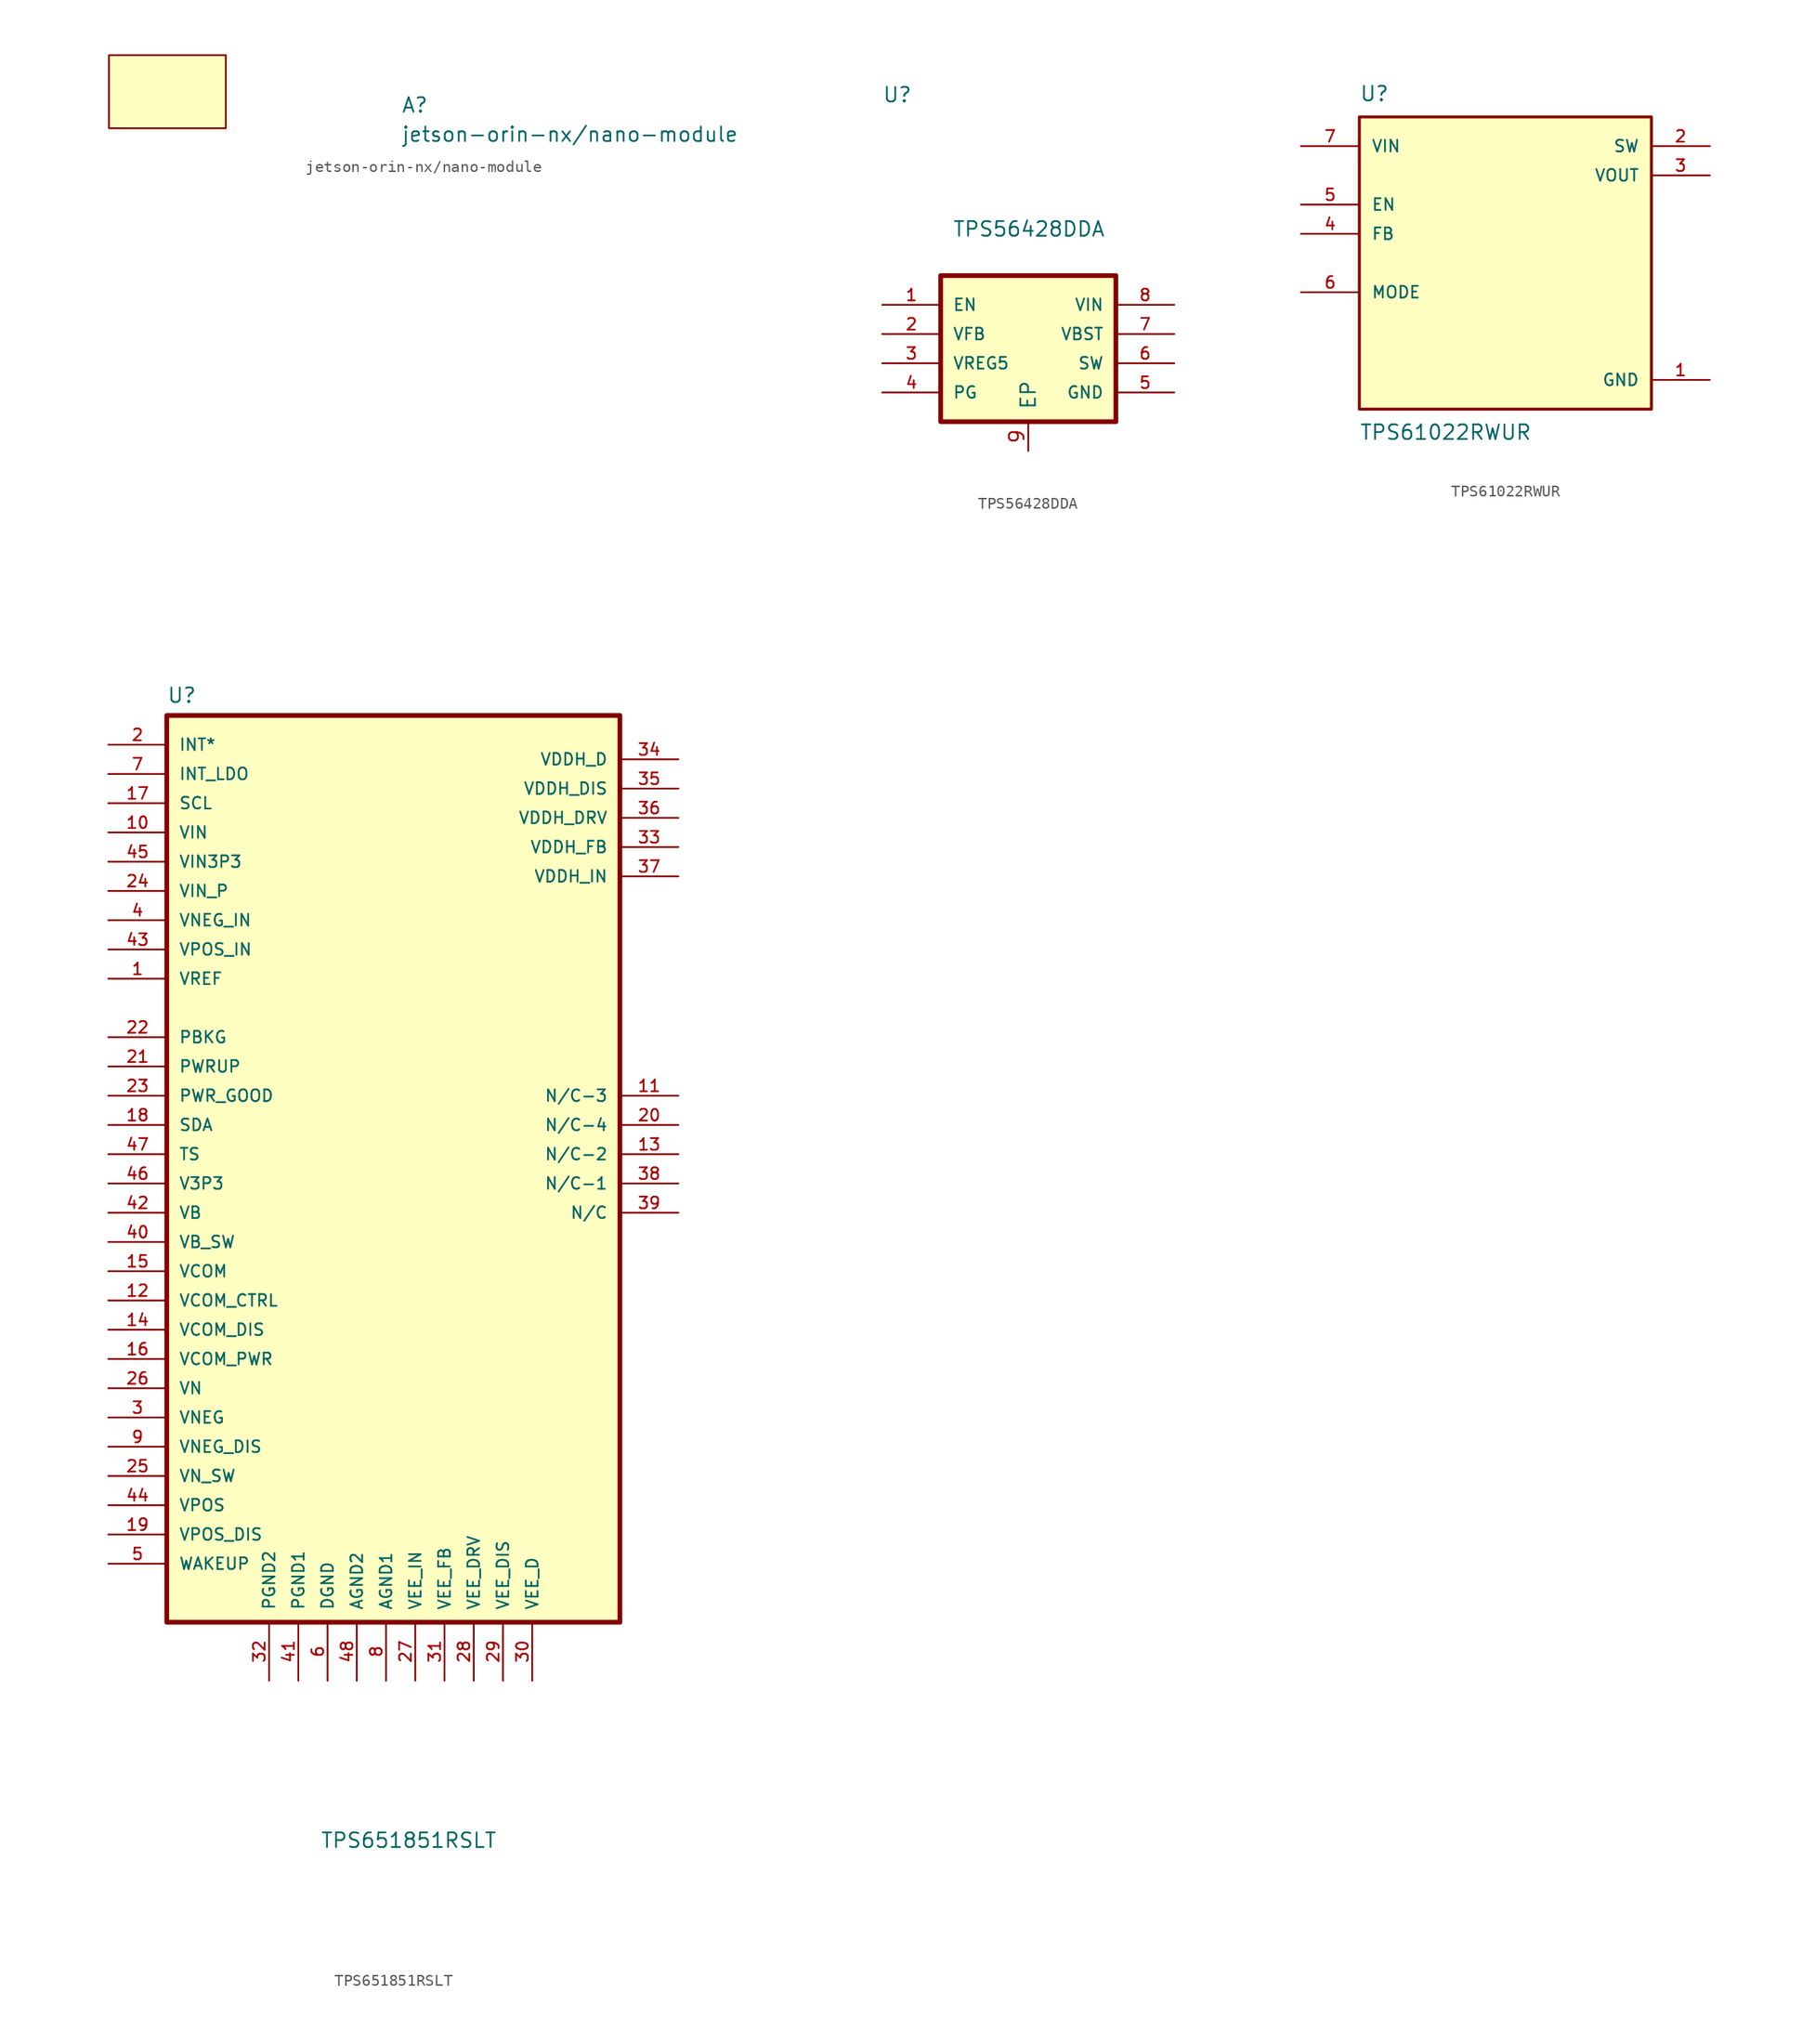
<source format=kicad_sym>
(kicad_symbol_lib
  (version 20231120)
  (generator "kicad_symbol_editor")
  (generator_version "8.0")
  (symbol "jetson-orin-nx/nano-module"
    (pin_names
      (offset 1.016))
    (property "Reference" "A"
      (at 25.4 -5.08 0)
      (effects (font (size 1.27 1.27) (thickness 0.15)) (justify left bottom)))
    (property "Value" "jetson-orin-nx{slash}nano-module"
      (at 25.4 -7.62 0)
      (effects (font (size 1.27 1.27) (thickness 0.15)) (justify left bottom)))
    (symbol "jetson-orin-nx/nano-module_0_1"
      (rectangle (start 10.16 -6.35) (end 0 0) (stroke (width 0) (type default)) (fill (type background)))))
  (symbol "TPS56428DDA"
    (pin_names
      (offset 1.016))
    (property "Reference" "U"
      (at -12.7 21.32 0)
      (effects (font (size 1.27 1.27)) (justify left bottom)))
    (property "Value" "TPS56428DDA"
      (at -6.604 9.652 0)
      (effects (font (size 1.27 1.27)) (justify left bottom)))
    (symbol "TPS56428DDA_0_0"
      (rectangle (start -7.62 6.35) (end 7.62 -6.35) (stroke (width 0.41) (type default)) (fill (type background)))
      (pin bidirectional line (at -12.7 3.81 0) (length 5.08) (name "EN" (effects (font (size 1.016 1.016)))) (number "1" (effects (font (size 1.016 1.016)))))
      (pin bidirectional line (at -12.7 1.27 0) (length 5.08) (name "VFB" (effects (font (size 1.016 1.016)))) (number "2" (effects (font (size 1.016 1.016)))))
      (pin bidirectional line (at -12.7 -1.27 0) (length 5.08) (name "VREG5" (effects (font (size 1.016 1.016)))) (number "3" (effects (font (size 1.016 1.016)))))
      (pin bidirectional line (at -12.7 -3.81 0) (length 5.08) (name "PG" (effects (font (size 1.016 1.016)))) (number "4" (effects (font (size 1.016 1.016)))))
      (pin power_in line (at 12.7 -3.81 180) (length 5.08) (name "GND" (effects (font (size 1.016 1.016)))) (number "5" (effects (font (size 1.016 1.016)))))
      (pin bidirectional line (at 12.7 -1.27 180) (length 5.08) (name "SW" (effects (font (size 1.016 1.016)))) (number "6" (effects (font (size 1.016 1.016)))))
      (pin bidirectional line (at 12.7 1.27 180) (length 5.08) (name "VBST" (effects (font (size 1.016 1.016)))) (number "7" (effects (font (size 1.016 1.016)))))
      (pin input line (at 12.7 3.81 180) (length 5.08) (name "VIN" (effects (font (size 1.016 1.016)))) (number "8" (effects (font (size 1.016 1.016))))))
    (symbol "TPS56428DDA_1_1"
      (pin input line (at 0 -8.89 90) (length 2.54) (name "EP" (effects (font (size 1.27 1.27)))) (number "9" (effects (font (size 1.27 1.27)))))))
  (symbol "TPS61022RWUR"
    (pin_names
      (offset 1.016))
    (property "Reference" "U"
      (at -12.7 13.97 0)
      (effects (font (size 1.27 1.27)) (justify left bottom)))
    (property "Value" "TPS61022RWUR"
      (at -12.7 -13.97 0)
      (effects (font (size 1.27 1.27)) (justify left top)))
    (symbol "TPS61022RWUR_0_0"
      (rectangle (start -12.7 12.7) (end 12.7 -12.7) (stroke (width 0.254) (type default)) (fill (type background)))
      (pin power_in line (at 17.78 -10.16 180) (length 5.08) (name "GND" (effects (font (size 1.016 1.016)))) (number "1" (effects (font (size 1.016 1.016)))))
      (pin output line (at 17.78 10.16 180) (length 5.08) (name "SW" (effects (font (size 1.016 1.016)))) (number "2" (effects (font (size 1.016 1.016)))))
      (pin output line (at 17.78 7.62 180) (length 5.08) (name "VOUT" (effects (font (size 1.016 1.016)))) (number "3" (effects (font (size 1.016 1.016)))))
      (pin input line (at -17.78 2.54 0) (length 5.08) (name "FB" (effects (font (size 1.016 1.016)))) (number "4" (effects (font (size 1.016 1.016)))))
      (pin input line (at -17.78 5.08 0) (length 5.08) (name "EN" (effects (font (size 1.016 1.016)))) (number "5" (effects (font (size 1.016 1.016)))))
      (pin input line (at -17.78 -2.54 0) (length 5.08) (name "MODE" (effects (font (size 1.016 1.016)))) (number "6" (effects (font (size 1.016 1.016)))))
      (pin input line (at -17.78 10.16 0) (length 5.08) (name "VIN" (effects (font (size 1.016 1.016)))) (number "7" (effects (font (size 1.016 1.016)))))))
  (symbol "TPS651851RSLT"
    (pin_names
      (offset 1.016))
    (property "Reference" "U"
      (at -12.7 89.9 0)
      (effects (font (size 1.27 1.27)) (justify left bottom)))
    (property "Value" "TPS651851RSLT"
      (at 0.635 -9.525 0)
      (effects (font (size 1.27 1.27)) (justify left bottom)))
    (symbol "TPS651851RSLT_0_0"
      (rectangle (start -12.7 88.9) (end 26.67 10.16) (stroke (width 0.41) (type default)) (fill (type background)))
      (pin input line (at -17.78 66.04 0) (length 5.08) (name "VREF" (effects (font (size 1.016 1.016)))) (number "1" (effects (font (size 1.016 1.016)))))
      (pin input line (at -17.78 78.74 0) (length 5.08) (name "VIN" (effects (font (size 1.016 1.016)))) (number "10" (effects (font (size 1.016 1.016)))))
      (pin bidirectional line (at 31.75 55.88 180) (length 5.08) (name "N/C-3" (effects (font (size 1.016 1.016)))) (number "11" (effects (font (size 1.016 1.016)))))
      (pin bidirectional line (at -17.78 38.1 0) (length 5.08) (name "VCOM_CTRL" (effects (font (size 1.016 1.016)))) (number "12" (effects (font (size 1.016 1.016)))))
      (pin bidirectional line (at 31.75 50.8 180) (length 5.08) (name "N/C-2" (effects (font (size 1.016 1.016)))) (number "13" (effects (font (size 1.016 1.016)))))
      (pin bidirectional line (at -17.78 35.56 0) (length 5.08) (name "VCOM_DIS" (effects (font (size 1.016 1.016)))) (number "14" (effects (font (size 1.016 1.016)))))
      (pin bidirectional line (at -17.78 40.64 0) (length 5.08) (name "VCOM" (effects (font (size 1.016 1.016)))) (number "15" (effects (font (size 1.016 1.016)))))
      (pin bidirectional line (at -17.78 33.02 0) (length 5.08) (name "VCOM_PWR" (effects (font (size 1.016 1.016)))) (number "16" (effects (font (size 1.016 1.016)))))
      (pin input line (at -17.78 81.28 0) (length 5.08) (name "SCL" (effects (font (size 1.016 1.016)))) (number "17" (effects (font (size 1.016 1.016)))))
      (pin bidirectional line (at -17.78 53.34 0) (length 5.08) (name "SDA" (effects (font (size 1.016 1.016)))) (number "18" (effects (font (size 1.016 1.016)))))
      (pin bidirectional line (at -17.78 17.78 0) (length 5.08) (name "VPOS_DIS" (effects (font (size 1.016 1.016)))) (number "19" (effects (font (size 1.016 1.016)))))
      (pin input line (at -17.78 86.36 0) (length 5.08) (name "INT*" (effects (font (size 1.016 1.016)))) (number "2" (effects (font (size 1.016 1.016)))))
      (pin bidirectional line (at 31.75 53.34 180) (length 5.08) (name "N/C-4" (effects (font (size 1.016 1.016)))) (number "20" (effects (font (size 1.016 1.016)))))
      (pin bidirectional line (at -17.78 58.42 0) (length 5.08) (name "PWRUP" (effects (font (size 1.016 1.016)))) (number "21" (effects (font (size 1.016 1.016)))))
      (pin bidirectional line (at -17.78 60.96 0) (length 5.08) (name "PBKG" (effects (font (size 1.016 1.016)))) (number "22" (effects (font (size 1.016 1.016)))))
      (pin bidirectional line (at -17.78 55.88 0) (length 5.08) (name "PWR_GOOD" (effects (font (size 1.016 1.016)))) (number "23" (effects (font (size 1.016 1.016)))))
      (pin input line (at -17.78 73.66 0) (length 5.08) (name "VIN_P" (effects (font (size 1.016 1.016)))) (number "24" (effects (font (size 1.016 1.016)))))
      (pin bidirectional line (at -17.78 22.86 0) (length 5.08) (name "VN_SW" (effects (font (size 1.016 1.016)))) (number "25" (effects (font (size 1.016 1.016)))))
      (pin power_in line (at 8.89 5.08 90) (length 5.08) (name "VEE_IN" (effects (font (size 1.016 1.016)))) (number "27" (effects (font (size 1.016 1.016)))))
      (pin power_in line (at 13.97 5.08 90) (length 5.08) (name "VEE_DRV" (effects (font (size 1.016 1.016)))) (number "28" (effects (font (size 1.016 1.016)))))
      (pin power_in line (at 16.51 5.08 90) (length 5.08) (name "VEE_DIS" (effects (font (size 1.016 1.016)))) (number "29" (effects (font (size 1.016 1.016)))))
      (pin bidirectional line (at -17.78 27.94 0) (length 5.08) (name "VNEG" (effects (font (size 1.016 1.016)))) (number "3" (effects (font (size 1.016 1.016)))))
      (pin power_in line (at 19.05 5.08 90) (length 5.08) (name "VEE_D" (effects (font (size 1.016 1.016)))) (number "30" (effects (font (size 1.016 1.016)))))
      (pin power_in line (at 11.43 5.08 90) (length 5.08) (name "VEE_FB" (effects (font (size 1.016 1.016)))) (number "31" (effects (font (size 1.016 1.016)))))
      (pin power_in line (at -3.81 5.08 90) (length 5.08) (name "PGND2" (effects (font (size 1.016 1.016)))) (number "32" (effects (font (size 1.016 1.016)))))
      (pin power_in line (at 31.75 77.47 180) (length 5.08) (name "VDDH_FB" (effects (font (size 1.016 1.016)))) (number "33" (effects (font (size 1.016 1.016)))))
      (pin power_in line (at 31.75 85.09 180) (length 5.08) (name "VDDH_D" (effects (font (size 1.016 1.016)))) (number "34" (effects (font (size 1.016 1.016)))))
      (pin power_in line (at 31.75 82.55 180) (length 5.08) (name "VDDH_DIS" (effects (font (size 1.016 1.016)))) (number "35" (effects (font (size 1.016 1.016)))))
      (pin power_in line (at 31.75 80.01 180) (length 5.08) (name "VDDH_DRV" (effects (font (size 1.016 1.016)))) (number "36" (effects (font (size 1.016 1.016)))))
      (pin power_in line (at 31.75 74.93 180) (length 5.08) (name "VDDH_IN" (effects (font (size 1.016 1.016)))) (number "37" (effects (font (size 1.016 1.016)))))
      (pin bidirectional line (at 31.75 48.26 180) (length 5.08) (name "N/C-1" (effects (font (size 1.016 1.016)))) (number "38" (effects (font (size 1.016 1.016)))))
      (pin bidirectional line (at 31.75 45.72 180) (length 5.08) (name "N/C" (effects (font (size 1.016 1.016)))) (number "39" (effects (font (size 1.016 1.016)))))
      (pin input line (at -17.78 71.12 0) (length 5.08) (name "VNEG_IN" (effects (font (size 1.016 1.016)))) (number "4" (effects (font (size 1.016 1.016)))))
      (pin bidirectional line (at -17.78 43.18 0) (length 5.08) (name "VB_SW" (effects (font (size 1.016 1.016)))) (number "40" (effects (font (size 1.016 1.016)))))
      (pin power_in line (at -1.27 5.08 90) (length 5.08) (name "PGND1" (effects (font (size 1.016 1.016)))) (number "41" (effects (font (size 1.016 1.016)))))
      (pin bidirectional line (at -17.78 45.72 0) (length 5.08) (name "VB" (effects (font (size 1.016 1.016)))) (number "42" (effects (font (size 1.016 1.016)))))
      (pin input line (at -17.78 68.58 0) (length 5.08) (name "VPOS_IN" (effects (font (size 1.016 1.016)))) (number "43" (effects (font (size 1.016 1.016)))))
      (pin bidirectional line (at -17.78 20.32 0) (length 5.08) (name "VPOS" (effects (font (size 1.016 1.016)))) (number "44" (effects (font (size 1.016 1.016)))))
      (pin input line (at -17.78 76.2 0) (length 5.08) (name "VIN3P3" (effects (font (size 1.016 1.016)))) (number "45" (effects (font (size 1.016 1.016)))))
      (pin bidirectional line (at -17.78 48.26 0) (length 5.08) (name "V3P3" (effects (font (size 1.016 1.016)))) (number "46" (effects (font (size 1.016 1.016)))))
      (pin bidirectional line (at -17.78 50.8 0) (length 5.08) (name "TS" (effects (font (size 1.016 1.016)))) (number "47" (effects (font (size 1.016 1.016)))))
      (pin power_in line (at 3.81 5.08 90) (length 5.08) (name "AGND2" (effects (font (size 1.016 1.016)))) (number "48" (effects (font (size 1.016 1.016)))))
      (pin bidirectional line (at -17.78 15.24 0) (length 5.08) (name "WAKEUP" (effects (font (size 1.016 1.016)))) (number "5" (effects (font (size 1.016 1.016)))))
      (pin power_in line (at 1.27 5.08 90) (length 5.08) (name "DGND" (effects (font (size 1.016 1.016)))) (number "6" (effects (font (size 1.016 1.016)))))
      (pin input line (at -17.78 83.82 0) (length 5.08) (name "INT_LDO" (effects (font (size 1.016 1.016)))) (number "7" (effects (font (size 1.016 1.016)))))
      (pin power_in line (at 6.35 5.08 90) (length 5.08) (name "AGND1" (effects (font (size 1.016 1.016)))) (number "8" (effects (font (size 1.016 1.016)))))
      (pin bidirectional line (at -17.78 25.4 0) (length 5.08) (name "VNEG_DIS" (effects (font (size 1.016 1.016)))) (number "9" (effects (font (size 1.016 1.016))))))
    (symbol "TPS651851RSLT_1_0"
      (pin bidirectional line (at -17.78 30.48 0) (length 5.08) (name "VN" (effects (font (size 1.016 1.016)))) (number "26" (effects (font (size 1.016 1.016))))))))
</source>
